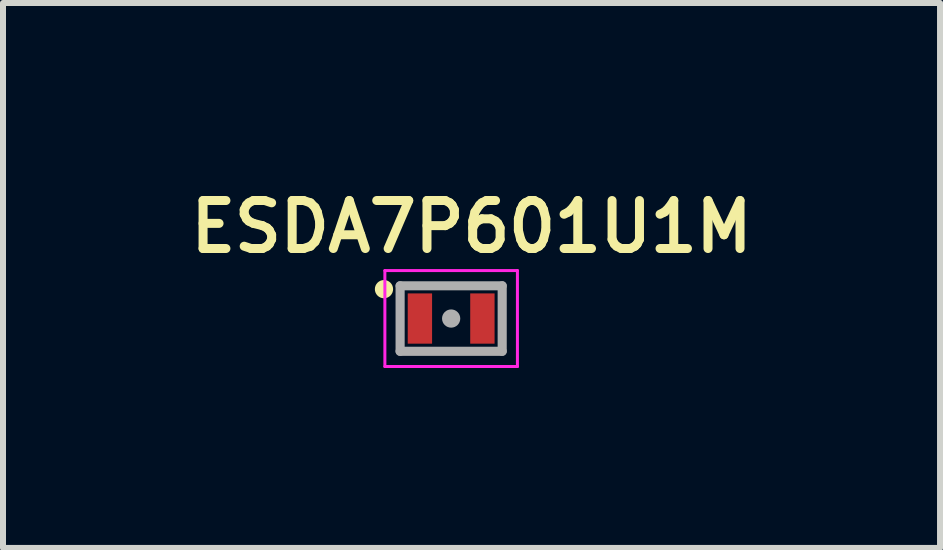
<source format=kicad_pcb>
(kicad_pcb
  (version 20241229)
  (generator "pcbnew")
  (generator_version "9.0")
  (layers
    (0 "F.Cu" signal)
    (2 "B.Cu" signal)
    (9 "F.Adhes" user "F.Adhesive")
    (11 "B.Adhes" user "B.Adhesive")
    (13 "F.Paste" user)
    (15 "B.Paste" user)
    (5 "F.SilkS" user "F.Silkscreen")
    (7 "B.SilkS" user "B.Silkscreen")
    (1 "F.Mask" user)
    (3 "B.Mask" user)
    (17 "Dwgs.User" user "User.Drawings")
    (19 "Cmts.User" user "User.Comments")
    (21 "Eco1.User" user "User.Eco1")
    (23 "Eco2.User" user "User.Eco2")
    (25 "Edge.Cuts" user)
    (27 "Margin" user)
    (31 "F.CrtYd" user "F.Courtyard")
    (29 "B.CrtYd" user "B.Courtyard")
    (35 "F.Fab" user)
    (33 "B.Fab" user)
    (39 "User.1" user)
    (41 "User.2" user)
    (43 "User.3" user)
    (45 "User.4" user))
  (footprint "ESDA7P601U1M"
    (layer "F.Cu")
    (at 4.472 2.261)
    (property "Reference" "ESDA7P601U1M" (at 0.34 -1.53 0) (layer "F.SilkS") (effects (font (size 0.8 0.8) (thickness 0.15))))
    (attr through_hole)
    (fp_circle (center -1.12 -0.49) (end -1.044 -0.49) (stroke (width 0.152) (type solid)) (fill no) (layer "F.SilkS"))
    (fp_line (start -1.105 -0.8) (end 1.105 -0.8) (stroke (width 0.05) (type solid)) (layer "F.CrtYd"))
    (fp_line (start -1.105 0.8) (end -1.105 -0.8) (stroke (width 0.05) (type solid)) (layer "F.CrtYd"))
    (fp_line (start 1.105 -0.8) (end 1.105 0.8) (stroke (width 0.05) (type solid)) (layer "F.CrtYd"))
    (fp_line (start 1.105 0.8) (end -1.105 0.8) (stroke (width 0.05) (type solid)) (layer "F.CrtYd"))
    (fp_line (start -0.851 -0.546) (end -0.851 0.546) (stroke (width 0.152) (type solid)) (layer "F.Fab"))
    (fp_line (start -0.851 0.546) (end 0.851 0.546) (stroke (width 0.152) (type solid)) (layer "F.Fab"))
    (fp_line (start 0.851 -0.546) (end -0.851 -0.546) (stroke (width 0.152) (type solid)) (layer "F.Fab"))
    (fp_line (start 0.851 0.546) (end 0.851 -0.546) (stroke (width 0.152) (type solid)) (layer "F.Fab"))
    (fp_circle (center 0 0) (end 0.076 0) (stroke (width 0.152) (type solid)) (fill no) (layer "F.Fab"))
    (pad "1" smd rect (at -0.521 0) (size 0.406 0.838) (layers "F.Cu" "F.Mask" "F.Paste"))
    (pad "2" smd rect (at 0.521 0) (size 0.406 0.838) (layers "F.Cu" "F.Mask" "F.Paste")))
  (gr_rect
    (start -3 -3)
    (end 12.623 6.086)
    (stroke (width 0.1) (type default))
    (fill no)
    (layer "Edge.Cuts")))
</source>
